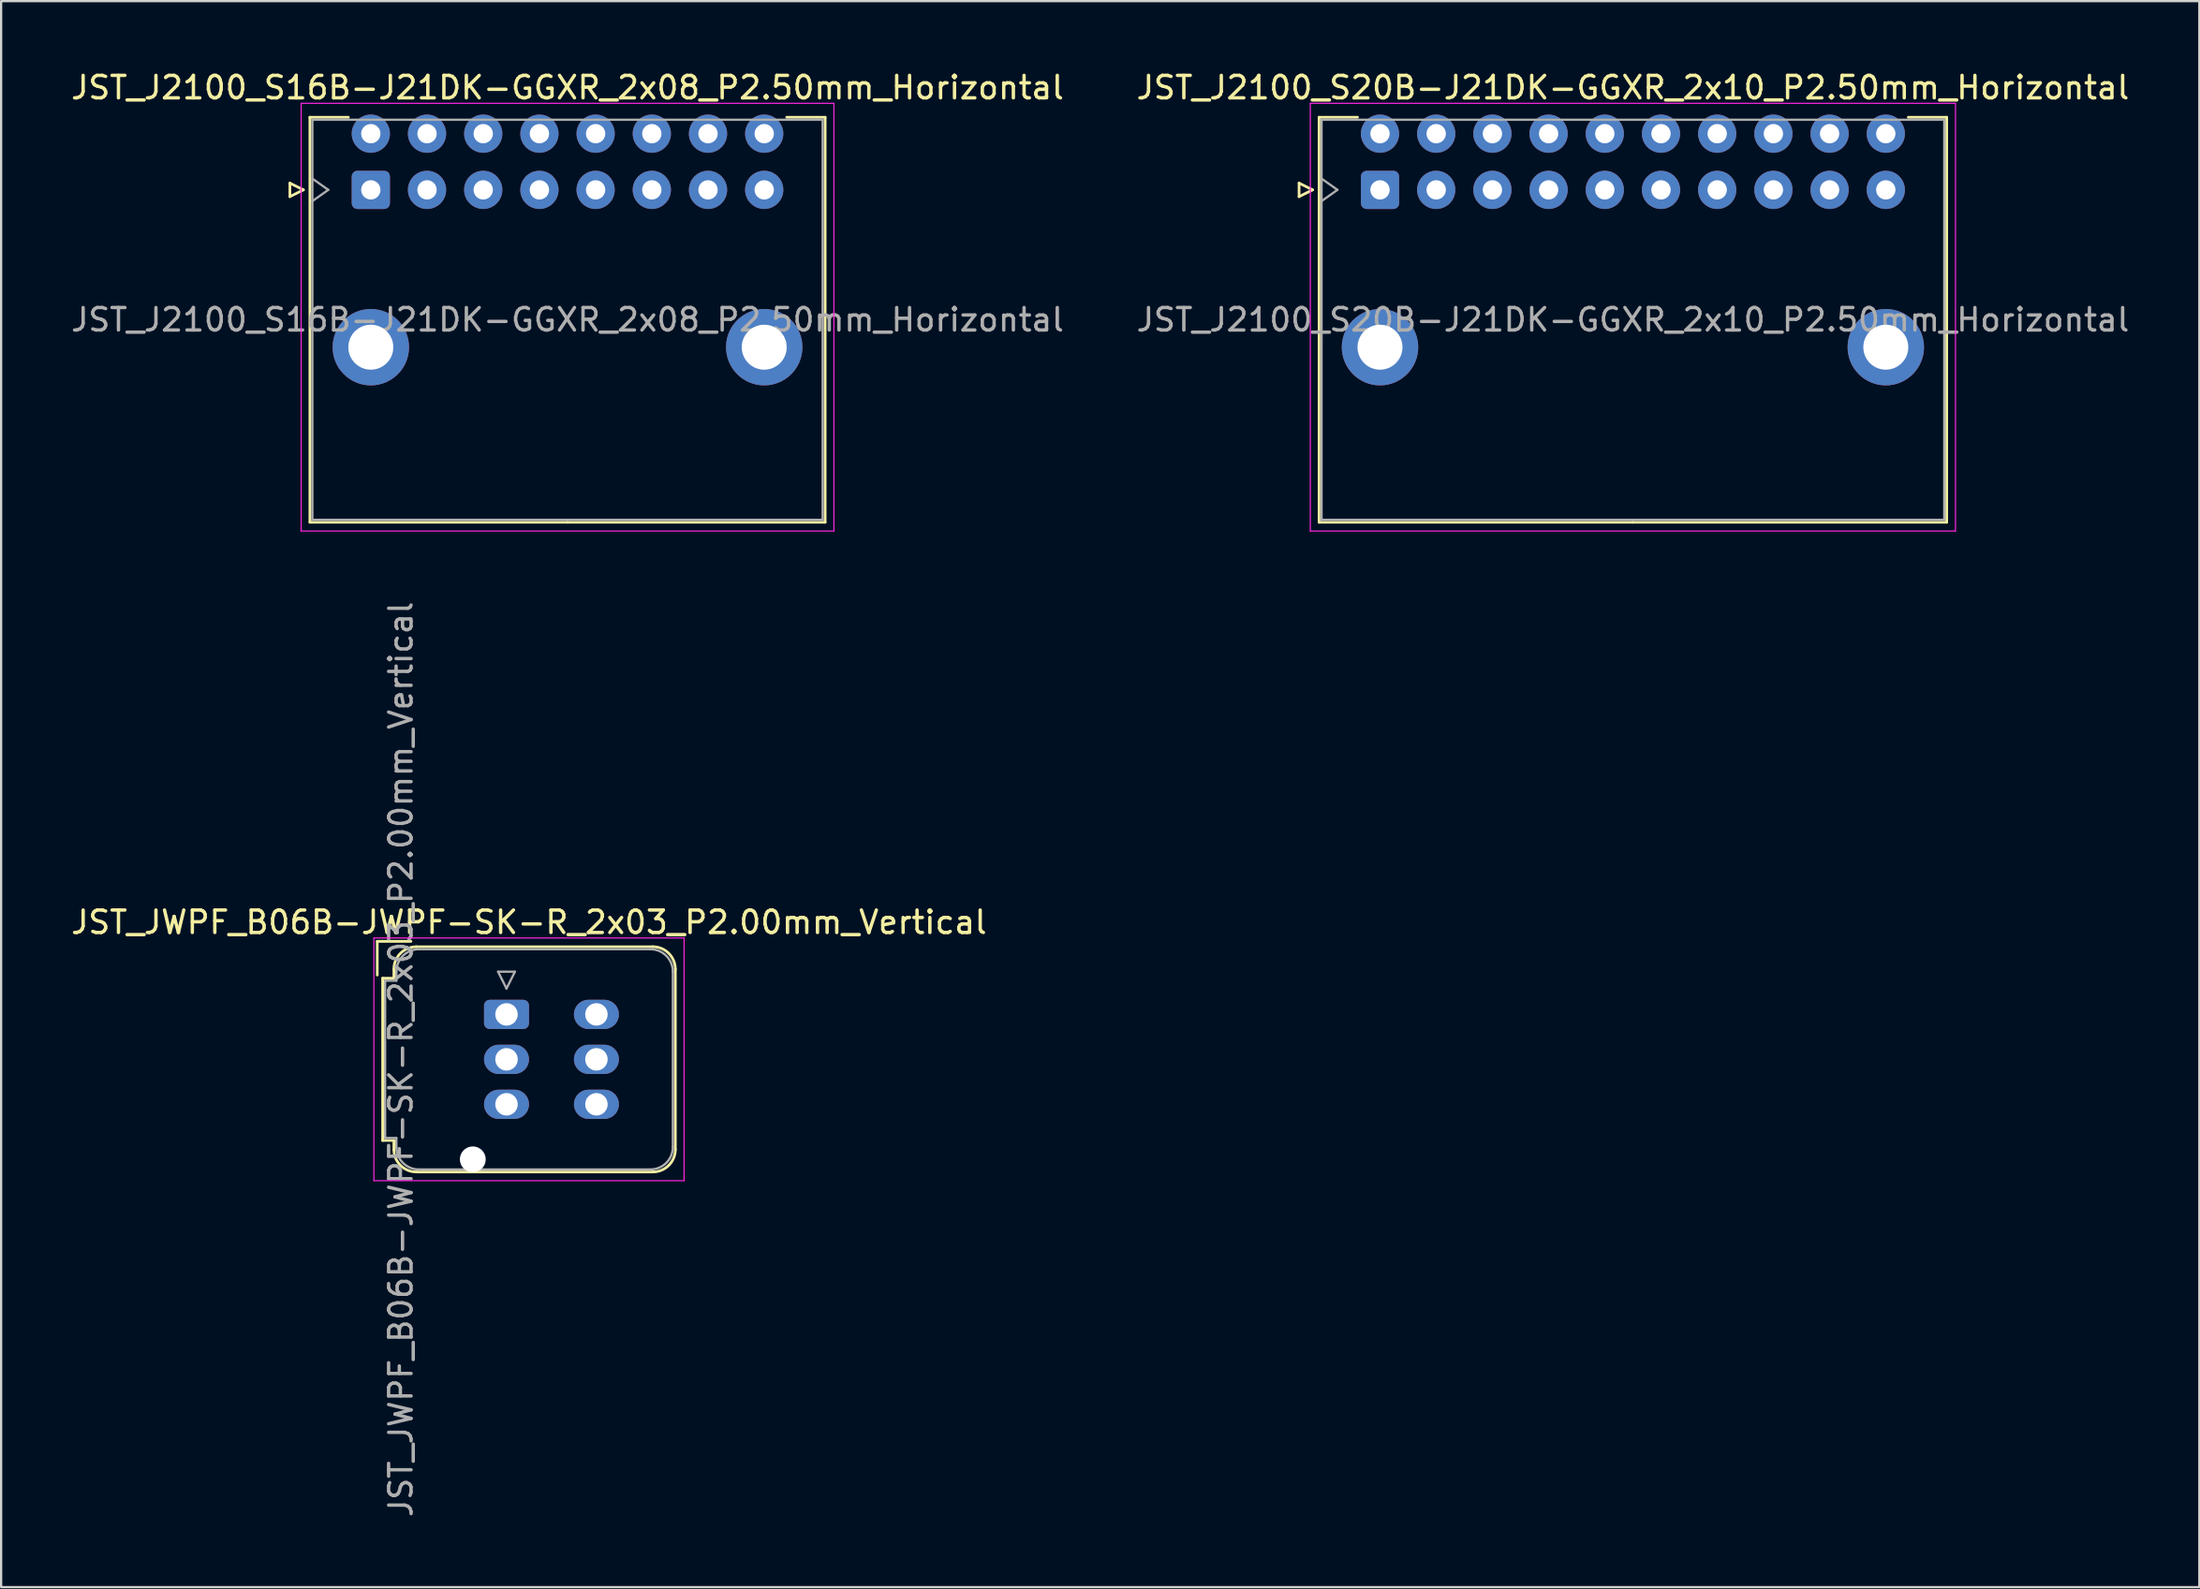
<source format=kicad_pcb>
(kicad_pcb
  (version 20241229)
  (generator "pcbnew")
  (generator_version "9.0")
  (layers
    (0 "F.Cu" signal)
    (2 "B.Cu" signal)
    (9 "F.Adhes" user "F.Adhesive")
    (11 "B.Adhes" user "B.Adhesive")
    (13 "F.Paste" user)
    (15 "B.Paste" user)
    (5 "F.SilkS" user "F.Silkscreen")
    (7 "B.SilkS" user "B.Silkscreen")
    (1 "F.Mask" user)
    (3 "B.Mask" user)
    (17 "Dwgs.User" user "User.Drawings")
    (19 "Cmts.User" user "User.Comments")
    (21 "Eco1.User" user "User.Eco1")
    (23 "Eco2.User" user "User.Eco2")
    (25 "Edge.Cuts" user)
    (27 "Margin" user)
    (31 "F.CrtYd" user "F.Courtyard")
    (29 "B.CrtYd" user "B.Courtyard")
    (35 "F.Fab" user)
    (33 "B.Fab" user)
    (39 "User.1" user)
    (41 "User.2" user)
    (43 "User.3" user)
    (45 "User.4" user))
  (footprint "JST_JWPF_B06B-JWPF-SK-R_2x03_P2.00mm_Vertical"
    (layer "F.Cu")
    (at 19.482 42.085)
    (property "Reference" "JST_JWPF_B06B-JWPF-SK-R_2x03_P2.00mm_Vertical" (at 1 -4.1 0) (layer "F.SilkS") (effects (font (size 1 1) (thickness 0.15))))
    (attr through_hole)
    (fp_line (start -5.75 -3.25) (end -4.25 -3.25) (stroke (width 0.12) (type solid)) (layer "F.SilkS"))
    (fp_line (start -5.75 -1.75) (end -5.75 -3.25) (stroke (width 0.12) (type solid)) (layer "F.SilkS"))
    (fp_line (start -5.51 -1.61) (end -5.51 5.61) (stroke (width 0.12) (type solid)) (layer "F.SilkS"))
    (fp_line (start -5.51 5.61) (end -5.01 5.61) (stroke (width 0.12) (type solid)) (layer "F.SilkS"))
    (fp_line (start -5.01 -2.01) (end -5.01 -1.61) (stroke (width 0.12) (type solid)) (layer "F.SilkS"))
    (fp_line (start -5.01 -1.61) (end -5.51 -1.61) (stroke (width 0.12) (type solid)) (layer "F.SilkS"))
    (fp_line (start -5.01 5.61) (end -5.01 6.01) (stroke (width 0.12) (type solid)) (layer "F.SilkS"))
    (fp_line (start -4.01 -3.01) (end 6.51 -3.01) (stroke (width 0.12) (type solid)) (layer "F.SilkS"))
    (fp_line (start -4.01 7.01) (end 6.51 7.01) (stroke (width 0.12) (type solid)) (layer "F.SilkS"))
    (fp_line (start 7.51 -2.01) (end 7.51 6.01) (stroke (width 0.12) (type solid)) (layer "F.SilkS"))
    (fp_arc (start -5.01 -2.01) (mid -4.717107 -2.717107) (end -4.01 -3.01) (stroke (width 0.12) (type solid)) (layer "F.SilkS"))
    (fp_arc (start -4.01 7.01) (mid -4.717107 6.717107) (end -5.01 6.01) (stroke (width 0.12) (type solid)) (layer "F.SilkS"))
    (fp_arc (start 6.51 -3.01) (mid 7.217107 -2.717107) (end 7.51 -2.01) (stroke (width 0.12) (type solid)) (layer "F.SilkS"))
    (fp_arc (start 7.51 6.01) (mid 7.217107 6.717107) (end 6.51 7.01) (stroke (width 0.12) (type solid)) (layer "F.SilkS"))
    (fp_line (start -5.9 -3.4) (end -5.9 7.4) (stroke (width 0.05) (type solid)) (layer "F.CrtYd"))
    (fp_line (start -5.9 7.4) (end 7.9 7.4) (stroke (width 0.05) (type solid)) (layer "F.CrtYd"))
    (fp_line (start 7.9 -3.4) (end -5.9 -3.4) (stroke (width 0.05) (type solid)) (layer "F.CrtYd"))
    (fp_line (start 7.9 7.4) (end 7.9 -3.4) (stroke (width 0.05) (type solid)) (layer "F.CrtYd"))
    (fp_line (start -5.4 -1.5) (end -5.4 5.5) (stroke (width 0.1) (type solid)) (layer "F.Fab"))
    (fp_line (start -5.4 5.5) (end -4.9 5.5) (stroke (width 0.1) (type solid)) (layer "F.Fab"))
    (fp_line (start -4.9 -1.9) (end -4.9 -1.5) (stroke (width 0.1) (type solid)) (layer "F.Fab"))
    (fp_line (start -4.9 -1.5) (end -5.4 -1.5) (stroke (width 0.1) (type solid)) (layer "F.Fab"))
    (fp_line (start -4.9 5.5) (end -4.9 5.9) (stroke (width 0.1) (type solid)) (layer "F.Fab"))
    (fp_line (start -3.9 -2.9) (end 6.4 -2.9) (stroke (width 0.1) (type solid)) (layer "F.Fab"))
    (fp_line (start -3.9 6.9) (end 6.4 6.9) (stroke (width 0.1) (type solid)) (layer "F.Fab"))
    (fp_line (start -0.375 -1.9) (end 0.375 -1.9) (stroke (width 0.1) (type solid)) (layer "F.Fab"))
    (fp_line (start 0 -1.15) (end -0.375 -1.9) (stroke (width 0.1) (type solid)) (layer "F.Fab"))
    (fp_line (start 0.375 -1.9) (end 0 -1.15) (stroke (width 0.1) (type solid)) (layer "F.Fab"))
    (fp_line (start 7.4 -1.9) (end 7.4 5.9) (stroke (width 0.1) (type solid)) (layer "F.Fab"))
    (fp_arc (start -4.9 -1.9) (mid -4.607107 -2.607107) (end -3.9 -2.9) (stroke (width 0.1) (type solid)) (layer "F.Fab"))
    (fp_arc (start -3.9 6.9) (mid -4.607107 6.607107) (end -4.9 5.9) (stroke (width 0.1) (type solid)) (layer "F.Fab"))
    (fp_arc (start 6.4 -2.9) (mid 7.107107 -2.607107) (end 7.4 -1.9) (stroke (width 0.1) (type solid)) (layer "F.Fab"))
    (fp_arc (start 7.4 5.9) (mid 7.107107 6.607107) (end 6.4 6.9) (stroke (width 0.1) (type solid)) (layer "F.Fab"))
    (fp_text user "${REFERENCE}" (at -4.7 2 90) (layer "F.Fab") (effects (font (size 1 1) (thickness 0.15))))
    (pad "" np_thru_hole circle (at -1.5 6.45) (size 1.15 1.15) (drill 1.15) (layers "*.Cu" "*.Mask"))
    (pad "1" thru_hole roundrect (at 0 0) (size 2 1.3) (drill 1) (layers "*.Cu" "*.Mask") (roundrect_rratio 0.192))
    (pad "2" thru_hole oval (at 0 2) (size 2 1.3) (drill 1) (layers "*.Cu" "*.Mask"))
    (pad "3" thru_hole oval (at 0 4) (size 2 1.3) (drill 1) (layers "*.Cu" "*.Mask"))
    (pad "4" thru_hole oval (at 4 0) (size 2 1.3) (drill 1) (layers "*.Cu" "*.Mask"))
    (pad "5" thru_hole oval (at 4 2) (size 2 1.3) (drill 1) (layers "*.Cu" "*.Mask"))
    (pad "6" thru_hole oval (at 4 4) (size 2 1.3) (drill 1) (layers "*.Cu" "*.Mask")))
  (footprint "JST_J2100_S20B-J21DK-GGXR_2x10_P2.50mm_Horizontal"
    (layer "F.Cu")
    (at 58.339 5.398)
    (property "Reference" "JST_J2100_S20B-J21DK-GGXR_2x10_P2.50mm_Horizontal" (at 11.25 -4.55 0) (layer "F.SilkS") (effects (font (size 1 1) (thickness 0.15))))
    (attr through_hole)
    (fp_line (start -3.6 -0.3) (end -3 0) (stroke (width 0.12) (type solid)) (layer "F.SilkS"))
    (fp_line (start -3.6 0.3) (end -3.6 -0.3) (stroke (width 0.12) (type solid)) (layer "F.SilkS"))
    (fp_line (start -3 0) (end -3.6 0.3) (stroke (width 0.12) (type solid)) (layer "F.SilkS"))
    (fp_line (start -2.71 -3.23) (end -2.71 14.79) (stroke (width 0.12) (type solid)) (layer "F.SilkS"))
    (fp_line (start -2.71 14.79) (end 11.25 14.79) (stroke (width 0.12) (type solid)) (layer "F.SilkS"))
    (fp_line (start -1 -3.23) (end -2.71 -3.23) (stroke (width 0.12) (type solid)) (layer "F.SilkS"))
    (fp_line (start 23.5 -3.23) (end 25.21 -3.23) (stroke (width 0.12) (type solid)) (layer "F.SilkS"))
    (fp_line (start 25.21 -3.23) (end 25.21 14.79) (stroke (width 0.12) (type solid)) (layer "F.SilkS"))
    (fp_line (start 25.21 14.79) (end 11.25 14.79) (stroke (width 0.12) (type solid)) (layer "F.SilkS"))
    (fp_line (start -3.1 -3.85) (end -3.1 15.18) (stroke (width 0.05) (type solid)) (layer "F.CrtYd"))
    (fp_line (start -3.1 15.18) (end 25.6 15.18) (stroke (width 0.05) (type solid)) (layer "F.CrtYd"))
    (fp_line (start 25.6 -3.85) (end -3.1 -3.85) (stroke (width 0.05) (type solid)) (layer "F.CrtYd"))
    (fp_line (start 25.6 15.18) (end 25.6 -3.85) (stroke (width 0.05) (type solid)) (layer "F.CrtYd"))
    (fp_line (start -2.6 -3.12) (end -2.6 14.68) (stroke (width 0.1) (type solid)) (layer "F.Fab"))
    (fp_line (start -2.6 0.5) (end -1.893 0) (stroke (width 0.1) (type solid)) (layer "F.Fab"))
    (fp_line (start -2.6 14.68) (end 25.1 14.68) (stroke (width 0.1) (type solid)) (layer "F.Fab"))
    (fp_line (start -1.893 0) (end -2.6 -0.5) (stroke (width 0.1) (type solid)) (layer "F.Fab"))
    (fp_line (start 25.1 -3.12) (end -2.6 -3.12) (stroke (width 0.1) (type solid)) (layer "F.Fab"))
    (fp_line (start 25.1 14.68) (end 25.1 -3.12) (stroke (width 0.1) (type solid)) (layer "F.Fab"))
    (fp_text user "${REFERENCE}" (at 11.25 5.78 0) (layer "F.Fab") (effects (font (size 1 1) (thickness 0.15))))
    (pad "" thru_hole circle (at 0 7) (size 3.4 3.4) (drill 2) (layers "*.Cu" "*.Mask"))
    (pad "" thru_hole circle (at 22.5 7) (size 3.4 3.4) (drill 2) (layers "*.Cu" "*.Mask"))
    (pad "1" thru_hole roundrect (at 0 0) (size 1.7 1.7) (drill 0.86) (layers "*.Cu" "*.Mask") (roundrect_rratio 0.147))
    (pad "2" thru_hole circle (at 2.5 0) (size 1.7 1.7) (drill 0.86) (layers "*.Cu" "*.Mask"))
    (pad "3" thru_hole circle (at 5 0) (size 1.7 1.7) (drill 0.86) (layers "*.Cu" "*.Mask"))
    (pad "4" thru_hole circle (at 7.5 0) (size 1.7 1.7) (drill 0.86) (layers "*.Cu" "*.Mask"))
    (pad "5" thru_hole circle (at 10 0) (size 1.7 1.7) (drill 0.86) (layers "*.Cu" "*.Mask"))
    (pad "6" thru_hole circle (at 12.5 0) (size 1.7 1.7) (drill 0.86) (layers "*.Cu" "*.Mask"))
    (pad "7" thru_hole circle (at 15 0) (size 1.7 1.7) (drill 0.86) (layers "*.Cu" "*.Mask"))
    (pad "8" thru_hole circle (at 17.5 0) (size 1.7 1.7) (drill 0.86) (layers "*.Cu" "*.Mask"))
    (pad "9" thru_hole circle (at 20 0) (size 1.7 1.7) (drill 0.86) (layers "*.Cu" "*.Mask"))
    (pad "10" thru_hole circle (at 22.5 0) (size 1.7 1.7) (drill 0.86) (layers "*.Cu" "*.Mask"))
    (pad "11" thru_hole circle (at 0 -2.5) (size 1.7 1.7) (drill 0.86) (layers "*.Cu" "*.Mask"))
    (pad "12" thru_hole circle (at 2.5 -2.5) (size 1.7 1.7) (drill 0.86) (layers "*.Cu" "*.Mask"))
    (pad "13" thru_hole circle (at 5 -2.5) (size 1.7 1.7) (drill 0.86) (layers "*.Cu" "*.Mask"))
    (pad "14" thru_hole circle (at 7.5 -2.5) (size 1.7 1.7) (drill 0.86) (layers "*.Cu" "*.Mask"))
    (pad "15" thru_hole circle (at 10 -2.5) (size 1.7 1.7) (drill 0.86) (layers "*.Cu" "*.Mask"))
    (pad "16" thru_hole circle (at 12.5 -2.5) (size 1.7 1.7) (drill 0.86) (layers "*.Cu" "*.Mask"))
    (pad "17" thru_hole circle (at 15 -2.5) (size 1.7 1.7) (drill 0.86) (layers "*.Cu" "*.Mask"))
    (pad "18" thru_hole circle (at 17.5 -2.5) (size 1.7 1.7) (drill 0.86) (layers "*.Cu" "*.Mask"))
    (pad "19" thru_hole circle (at 20 -2.5) (size 1.7 1.7) (drill 0.86) (layers "*.Cu" "*.Mask"))
    (pad "20" thru_hole circle (at 22.5 -2.5) (size 1.7 1.7) (drill 0.86) (layers "*.Cu" "*.Mask")))
  (footprint "JST_J2100_S16B-J21DK-GGXR_2x08_P2.50mm_Horizontal"
    (layer "F.Cu")
    (at 13.446 5.398)
    (property "Reference" "JST_J2100_S16B-J21DK-GGXR_2x08_P2.50mm_Horizontal" (at 8.75 -4.55 0) (layer "F.SilkS") (effects (font (size 1 1) (thickness 0.15))))
    (attr through_hole)
    (fp_line (start -3.6 -0.3) (end -3 0) (stroke (width 0.12) (type solid)) (layer "F.SilkS"))
    (fp_line (start -3.6 0.3) (end -3.6 -0.3) (stroke (width 0.12) (type solid)) (layer "F.SilkS"))
    (fp_line (start -3 0) (end -3.6 0.3) (stroke (width 0.12) (type solid)) (layer "F.SilkS"))
    (fp_line (start -2.71 -3.23) (end -2.71 14.79) (stroke (width 0.12) (type solid)) (layer "F.SilkS"))
    (fp_line (start -2.71 14.79) (end 8.75 14.79) (stroke (width 0.12) (type solid)) (layer "F.SilkS"))
    (fp_line (start -1 -3.23) (end -2.71 -3.23) (stroke (width 0.12) (type solid)) (layer "F.SilkS"))
    (fp_line (start 18.5 -3.23) (end 20.21 -3.23) (stroke (width 0.12) (type solid)) (layer "F.SilkS"))
    (fp_line (start 20.21 -3.23) (end 20.21 14.79) (stroke (width 0.12) (type solid)) (layer "F.SilkS"))
    (fp_line (start 20.21 14.79) (end 8.75 14.79) (stroke (width 0.12) (type solid)) (layer "F.SilkS"))
    (fp_line (start -3.1 -3.85) (end -3.1 15.18) (stroke (width 0.05) (type solid)) (layer "F.CrtYd"))
    (fp_line (start -3.1 15.18) (end 20.6 15.18) (stroke (width 0.05) (type solid)) (layer "F.CrtYd"))
    (fp_line (start 20.6 -3.85) (end -3.1 -3.85) (stroke (width 0.05) (type solid)) (layer "F.CrtYd"))
    (fp_line (start 20.6 15.18) (end 20.6 -3.85) (stroke (width 0.05) (type solid)) (layer "F.CrtYd"))
    (fp_line (start -2.6 -3.12) (end -2.6 14.68) (stroke (width 0.1) (type solid)) (layer "F.Fab"))
    (fp_line (start -2.6 0.5) (end -1.893 0) (stroke (width 0.1) (type solid)) (layer "F.Fab"))
    (fp_line (start -2.6 14.68) (end 20.1 14.68) (stroke (width 0.1) (type solid)) (layer "F.Fab"))
    (fp_line (start -1.893 0) (end -2.6 -0.5) (stroke (width 0.1) (type solid)) (layer "F.Fab"))
    (fp_line (start 20.1 -3.12) (end -2.6 -3.12) (stroke (width 0.1) (type solid)) (layer "F.Fab"))
    (fp_line (start 20.1 14.68) (end 20.1 -3.12) (stroke (width 0.1) (type solid)) (layer "F.Fab"))
    (fp_text user "${REFERENCE}" (at 8.75 5.78 0) (layer "F.Fab") (effects (font (size 1 1) (thickness 0.15))))
    (pad "" thru_hole circle (at 0 7) (size 3.4 3.4) (drill 2) (layers "*.Cu" "*.Mask"))
    (pad "" thru_hole circle (at 17.5 7) (size 3.4 3.4) (drill 2) (layers "*.Cu" "*.Mask"))
    (pad "1" thru_hole roundrect (at 0 0) (size 1.7 1.7) (drill 0.86) (layers "*.Cu" "*.Mask") (roundrect_rratio 0.147))
    (pad "2" thru_hole circle (at 2.5 0) (size 1.7 1.7) (drill 0.86) (layers "*.Cu" "*.Mask"))
    (pad "3" thru_hole circle (at 5 0) (size 1.7 1.7) (drill 0.86) (layers "*.Cu" "*.Mask"))
    (pad "4" thru_hole circle (at 7.5 0) (size 1.7 1.7) (drill 0.86) (layers "*.Cu" "*.Mask"))
    (pad "5" thru_hole circle (at 10 0) (size 1.7 1.7) (drill 0.86) (layers "*.Cu" "*.Mask"))
    (pad "6" thru_hole circle (at 12.5 0) (size 1.7 1.7) (drill 0.86) (layers "*.Cu" "*.Mask"))
    (pad "7" thru_hole circle (at 15 0) (size 1.7 1.7) (drill 0.86) (layers "*.Cu" "*.Mask"))
    (pad "8" thru_hole circle (at 17.5 0) (size 1.7 1.7) (drill 0.86) (layers "*.Cu" "*.Mask"))
    (pad "9" thru_hole circle (at 0 -2.5) (size 1.7 1.7) (drill 0.86) (layers "*.Cu" "*.Mask"))
    (pad "10" thru_hole circle (at 2.5 -2.5) (size 1.7 1.7) (drill 0.86) (layers "*.Cu" "*.Mask"))
    (pad "11" thru_hole circle (at 5 -2.5) (size 1.7 1.7) (drill 0.86) (layers "*.Cu" "*.Mask"))
    (pad "12" thru_hole circle (at 7.5 -2.5) (size 1.7 1.7) (drill 0.86) (layers "*.Cu" "*.Mask"))
    (pad "13" thru_hole circle (at 10 -2.5) (size 1.7 1.7) (drill 0.86) (layers "*.Cu" "*.Mask"))
    (pad "14" thru_hole circle (at 12.5 -2.5) (size 1.7 1.7) (drill 0.86) (layers "*.Cu" "*.Mask"))
    (pad "15" thru_hole circle (at 15 -2.5) (size 1.7 1.7) (drill 0.86) (layers "*.Cu" "*.Mask"))
    (pad "16" thru_hole circle (at 17.5 -2.5) (size 1.7 1.7) (drill 0.86) (layers "*.Cu" "*.Mask")))
  (gr_rect
    (start -3 -3)
    (end 94.786 67.568)
    (stroke (width 0.1) (type default))
    (fill no)
    (layer "Edge.Cuts")))
</source>
